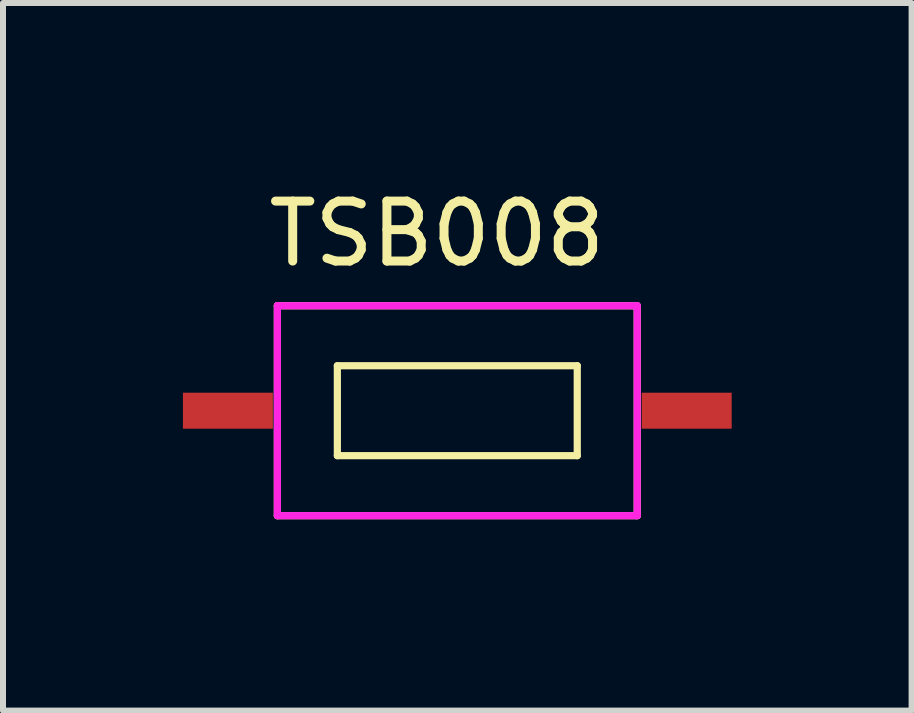
<source format=kicad_pcb>
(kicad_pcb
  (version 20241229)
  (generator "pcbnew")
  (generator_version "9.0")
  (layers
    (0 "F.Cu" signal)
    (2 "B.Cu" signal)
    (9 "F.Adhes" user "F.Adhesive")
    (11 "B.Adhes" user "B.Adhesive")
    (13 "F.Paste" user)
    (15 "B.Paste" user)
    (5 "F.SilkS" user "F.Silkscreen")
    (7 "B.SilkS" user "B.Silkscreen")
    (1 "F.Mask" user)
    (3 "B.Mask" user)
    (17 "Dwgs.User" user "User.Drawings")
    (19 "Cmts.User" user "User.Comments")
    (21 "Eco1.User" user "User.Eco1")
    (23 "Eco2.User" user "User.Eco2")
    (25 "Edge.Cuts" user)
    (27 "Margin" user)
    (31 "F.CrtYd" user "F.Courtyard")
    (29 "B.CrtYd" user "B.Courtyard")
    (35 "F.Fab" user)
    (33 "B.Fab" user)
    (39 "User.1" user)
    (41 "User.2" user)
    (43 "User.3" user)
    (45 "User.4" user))
  (footprint "TSB008"
    (layer "F.Cu")
    (at 1.575 5.548)
    (property "Reference" "TSB008" (at 2.66 -4.7 0) (layer "F.SilkS") (effects (font (size 1 1) (thickness 0.15))))
    (attr through_hole)
    (fp_line (start 0 -3.5) (end 0 0) (stroke (width 0.12) (type solid)) (layer "F.SilkS"))
    (fp_line (start 0 0) (end 6 0) (stroke (width 0.12) (type solid)) (layer "F.SilkS"))
    (fp_line (start 1 -2.5) (end 1 -1) (stroke (width 0.12) (type solid)) (layer "F.SilkS"))
    (fp_line (start 1 -1) (end 5 -1) (stroke (width 0.12) (type solid)) (layer "F.SilkS"))
    (fp_line (start 5 -2.5) (end 1 -2.5) (stroke (width 0.12) (type solid)) (layer "F.SilkS"))
    (fp_line (start 5 -1) (end 5 -2.5) (stroke (width 0.12) (type solid)) (layer "F.SilkS"))
    (fp_line (start 6 -3.5) (end 0 -3.5) (stroke (width 0.12) (type solid)) (layer "F.SilkS"))
    (fp_line (start 6 0) (end 6 -3.5) (stroke (width 0.12) (type solid)) (layer "F.SilkS"))
    (fp_line (start 0 -3.5) (end 6 -3.5) (stroke (width 0.12) (type solid)) (layer "F.CrtYd"))
    (fp_line (start 0 0) (end 0 -3.5) (stroke (width 0.12) (type solid)) (layer "F.CrtYd"))
    (fp_line (start 6 -3.5) (end 6 0) (stroke (width 0.12) (type solid)) (layer "F.CrtYd"))
    (fp_line (start 6 0) (end 0 0) (stroke (width 0.12) (type solid)) (layer "F.CrtYd"))
    (pad "1" smd rect (at -0.825 -1.75) (size 1.5 0.6) (layers "F.Cu" "F.Mask" "F.Paste"))
    (pad "2" smd rect (at 6.825 -1.75) (size 1.5 0.6) (layers "F.Cu" "F.Mask" "F.Paste")))
  (gr_rect
    (start -3 -3)
    (end 12.15 8.798)
    (stroke (width 0.1) (type default))
    (fill no)
    (layer "Edge.Cuts")))
</source>
